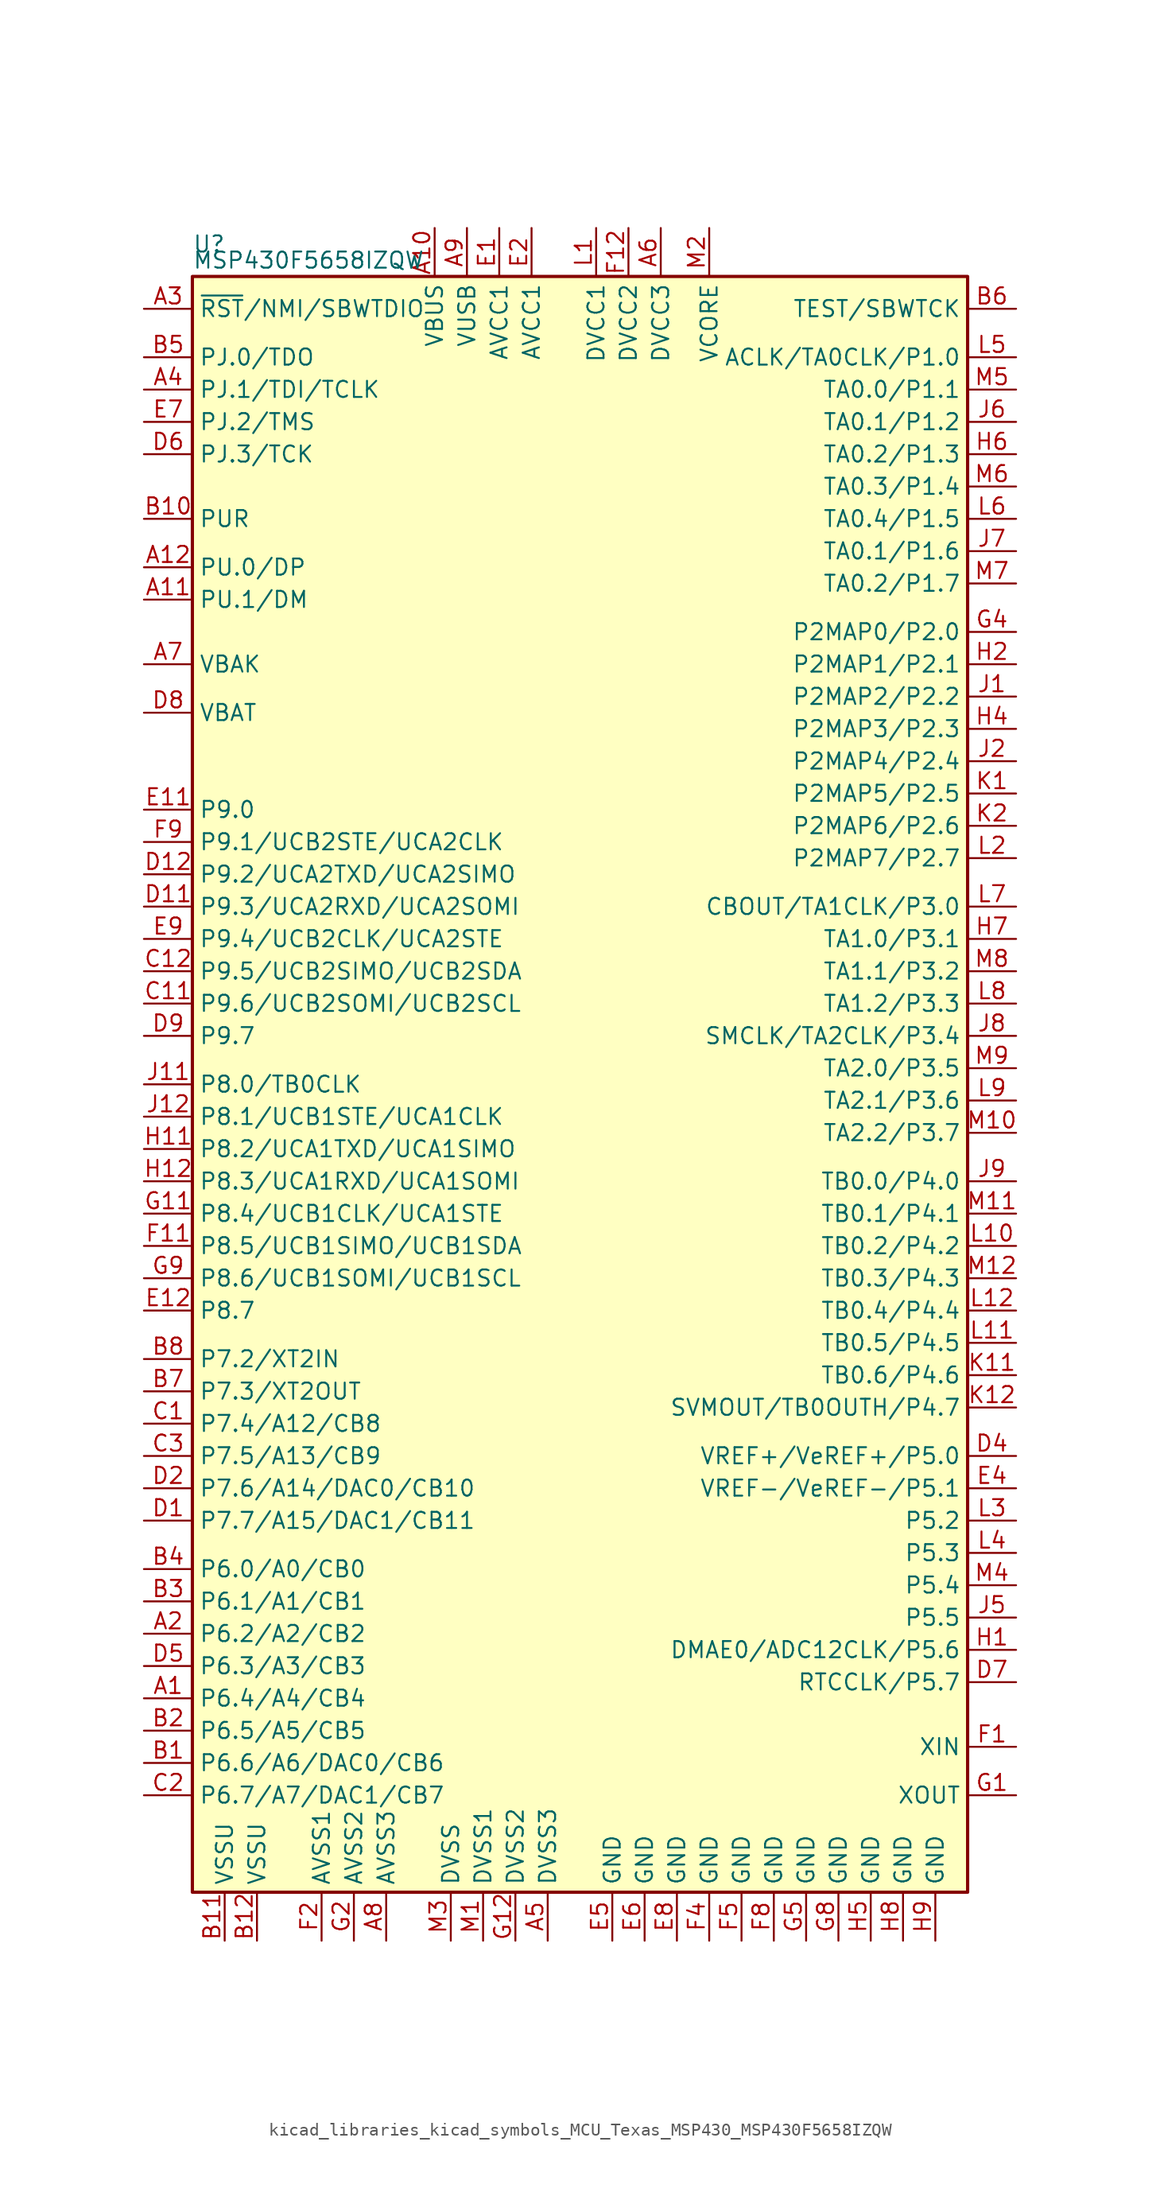
<source format=kicad_sym>
(kicad_symbol_lib
  (version 20220914)
  (generator kicad_symbol_editor)
  (symbol "kicad_libraries_kicad_symbols_MCU_Texas_MSP430_MSP430F5658IZQW"
    (property "Reference" "U"
      (at -30.48 66.04 0)
      (effects (font (size 1.27 1.27)) (justify left)))
    (property "Value" "MSP430F5658IZQW"
      (at -30.48 64.77 0)
      (effects (font (size 1.27 1.27)) (justify left)))
    (symbol "kicad_libraries_kicad_symbols_MCU_Texas_MSP430_MSP430F5658IZQW_0_1"
      (rectangle (start -30.48 63.5) (end 30.48 -63.5) (stroke (width 0.254) (type default)) (fill (type background))))
    (symbol "kicad_libraries_kicad_symbols_MCU_Texas_MSP430_MSP430F5658IZQW_1_1"
      (pin bidirectional line (at -34.29 -48.26 0) (length 3.81) (name "P6.4/A4/CB4" (effects (font (size 1.27 1.27)))) (number "A1" (effects (font (size 1.27 1.27)))))
      (pin passive line (at -11.43 67.31 270) (length 3.81) (name "VBUS" (effects (font (size 1.27 1.27)))) (number "A10" (effects (font (size 1.27 1.27)))))
      (pin bidirectional line (at -34.29 38.1 0) (length 3.81) (name "PU.1/DM" (effects (font (size 1.27 1.27)))) (number "A11" (effects (font (size 1.27 1.27)))))
      (pin bidirectional line (at -34.29 40.64 0) (length 3.81) (name "PU.0/DP" (effects (font (size 1.27 1.27)))) (number "A12" (effects (font (size 1.27 1.27)))))
      (pin bidirectional line (at -34.29 -43.18 0) (length 3.81) (name "P6.2/A2/CB2" (effects (font (size 1.27 1.27)))) (number "A2" (effects (font (size 1.27 1.27)))))
      (pin input line (at -34.29 60.96 0) (length 3.81) (name "~{RST}/NMI/SBWTDIO" (effects (font (size 1.27 1.27)))) (number "A3" (effects (font (size 1.27 1.27)))))
      (pin bidirectional line (at -34.29 54.61 0) (length 3.81) (name "PJ.1/TDI/TCLK" (effects (font (size 1.27 1.27)))) (number "A4" (effects (font (size 1.27 1.27)))))
      (pin power_in line (at -2.54 -67.31 90) (length 3.81) (name "DVSS3" (effects (font (size 1.27 1.27)))) (number "A5" (effects (font (size 1.27 1.27)))))
      (pin power_in line (at 6.35 67.31 270) (length 3.81) (name "DVCC3" (effects (font (size 1.27 1.27)))) (number "A6" (effects (font (size 1.27 1.27)))))
      (pin passive line (at -34.29 33.02 0) (length 3.81) (name "VBAK" (effects (font (size 1.27 1.27)))) (number "A7" (effects (font (size 1.27 1.27)))))
      (pin power_in line (at -15.24 -67.31 90) (length 3.81) (name "AVSS3" (effects (font (size 1.27 1.27)))) (number "A8" (effects (font (size 1.27 1.27)))))
      (pin passive line (at -8.89 67.31 270) (length 3.81) (name "VUSB" (effects (font (size 1.27 1.27)))) (number "A9" (effects (font (size 1.27 1.27)))))
      (pin bidirectional line (at -34.29 -53.34 0) (length 3.81) (name "P6.6/A6/DAC0/CB6" (effects (font (size 1.27 1.27)))) (number "B1" (effects (font (size 1.27 1.27)))))
      (pin bidirectional line (at -34.29 44.45 0) (length 3.81) (name "PUR" (effects (font (size 1.27 1.27)))) (number "B10" (effects (font (size 1.27 1.27)))))
      (pin power_in line (at -27.94 -67.31 90) (length 3.81) (name "VSSU" (effects (font (size 1.27 1.27)))) (number "B11" (effects (font (size 1.27 1.27)))))
      (pin power_in line (at -25.4 -67.31 90) (length 3.81) (name "VSSU" (effects (font (size 1.27 1.27)))) (number "B12" (effects (font (size 1.27 1.27)))))
      (pin bidirectional line (at -34.29 -50.8 0) (length 3.81) (name "P6.5/A5/CB5" (effects (font (size 1.27 1.27)))) (number "B2" (effects (font (size 1.27 1.27)))))
      (pin bidirectional line (at -34.29 -40.64 0) (length 3.81) (name "P6.1/A1/CB1" (effects (font (size 1.27 1.27)))) (number "B3" (effects (font (size 1.27 1.27)))))
      (pin bidirectional line (at -34.29 -38.1 0) (length 3.81) (name "P6.0/A0/CB0" (effects (font (size 1.27 1.27)))) (number "B4" (effects (font (size 1.27 1.27)))))
      (pin bidirectional line (at -34.29 57.15 0) (length 3.81) (name "PJ.0/TDO" (effects (font (size 1.27 1.27)))) (number "B5" (effects (font (size 1.27 1.27)))))
      (pin input line (at 34.29 60.96 180) (length 3.81) (name "TEST/SBWTCK" (effects (font (size 1.27 1.27)))) (number "B6" (effects (font (size 1.27 1.27)))))
      (pin bidirectional line (at -34.29 -24.13 0) (length 3.81) (name "P7.3/XT2OUT" (effects (font (size 1.27 1.27)))) (number "B7" (effects (font (size 1.27 1.27)))))
      (pin bidirectional line (at -34.29 -21.59 0) (length 3.81) (name "P7.2/XT2IN" (effects (font (size 1.27 1.27)))) (number "B8" (effects (font (size 1.27 1.27)))))
      (pin bidirectional line (at -34.29 -26.67 0) (length 3.81) (name "P7.4/A12/CB8" (effects (font (size 1.27 1.27)))) (number "C1" (effects (font (size 1.27 1.27)))))
      (pin bidirectional line (at -34.29 6.35 0) (length 3.81) (name "P9.6/UCB2SOMI/UCB2SCL" (effects (font (size 1.27 1.27)))) (number "C11" (effects (font (size 1.27 1.27)))))
      (pin bidirectional line (at -34.29 8.89 0) (length 3.81) (name "P9.5/UCB2SIMO/UCB2SDA" (effects (font (size 1.27 1.27)))) (number "C12" (effects (font (size 1.27 1.27)))))
      (pin bidirectional line (at -34.29 -55.88 0) (length 3.81) (name "P6.7/A7/DAC1/CB7" (effects (font (size 1.27 1.27)))) (number "C2" (effects (font (size 1.27 1.27)))))
      (pin bidirectional line (at -34.29 -29.21 0) (length 3.81) (name "P7.5/A13/CB9" (effects (font (size 1.27 1.27)))) (number "C3" (effects (font (size 1.27 1.27)))))
      (pin bidirectional line (at -34.29 -34.29 0) (length 3.81) (name "P7.7/A15/DAC1/CB11" (effects (font (size 1.27 1.27)))) (number "D1" (effects (font (size 1.27 1.27)))))
      (pin bidirectional line (at -34.29 13.97 0) (length 3.81) (name "P9.3/UCA2RXD/UCA2SOMI" (effects (font (size 1.27 1.27)))) (number "D11" (effects (font (size 1.27 1.27)))))
      (pin bidirectional line (at -34.29 16.51 0) (length 3.81) (name "P9.2/UCA2TXD/UCA2SIMO" (effects (font (size 1.27 1.27)))) (number "D12" (effects (font (size 1.27 1.27)))))
      (pin bidirectional line (at -34.29 -31.75 0) (length 3.81) (name "P7.6/A14/DAC0/CB10" (effects (font (size 1.27 1.27)))) (number "D2" (effects (font (size 1.27 1.27)))))
      (pin bidirectional line (at 34.29 -29.21 180) (length 3.81) (name "VREF+/VeREF+/P5.0" (effects (font (size 1.27 1.27)))) (number "D4" (effects (font (size 1.27 1.27)))))
      (pin bidirectional line (at -34.29 -45.72 0) (length 3.81) (name "P6.3/A3/CB3" (effects (font (size 1.27 1.27)))) (number "D5" (effects (font (size 1.27 1.27)))))
      (pin bidirectional line (at -34.29 49.53 0) (length 3.81) (name "PJ.3/TCK" (effects (font (size 1.27 1.27)))) (number "D6" (effects (font (size 1.27 1.27)))))
      (pin bidirectional line (at 34.29 -46.99 180) (length 3.81) (name "RTCCLK/P5.7" (effects (font (size 1.27 1.27)))) (number "D7" (effects (font (size 1.27 1.27)))))
      (pin passive line (at -34.29 29.21 0) (length 3.81) (name "VBAT" (effects (font (size 1.27 1.27)))) (number "D8" (effects (font (size 1.27 1.27)))))
      (pin bidirectional line (at -34.29 3.81 0) (length 3.81) (name "P9.7" (effects (font (size 1.27 1.27)))) (number "D9" (effects (font (size 1.27 1.27)))))
      (pin power_in line (at -6.35 67.31 270) (length 3.81) (name "AVCC1" (effects (font (size 1.27 1.27)))) (number "E1" (effects (font (size 1.27 1.27)))))
      (pin bidirectional line (at -34.29 21.59 0) (length 3.81) (name "P9.0" (effects (font (size 1.27 1.27)))) (number "E11" (effects (font (size 1.27 1.27)))))
      (pin bidirectional line (at -34.29 -17.78 0) (length 3.81) (name "P8.7" (effects (font (size 1.27 1.27)))) (number "E12" (effects (font (size 1.27 1.27)))))
      (pin power_in line (at -3.81 67.31 270) (length 3.81) (name "AVCC1" (effects (font (size 1.27 1.27)))) (number "E2" (effects (font (size 1.27 1.27)))))
      (pin bidirectional line (at 34.29 -31.75 180) (length 3.81) (name "VREF-/VeREF-/P5.1" (effects (font (size 1.27 1.27)))) (number "E4" (effects (font (size 1.27 1.27)))))
      (pin power_in line (at 2.54 -67.31 90) (length 3.81) (name "GND" (effects (font (size 1.27 1.27)))) (number "E5" (effects (font (size 1.27 1.27)))))
      (pin power_in line (at 5.08 -67.31 90) (length 3.81) (name "GND" (effects (font (size 1.27 1.27)))) (number "E6" (effects (font (size 1.27 1.27)))))
      (pin bidirectional line (at -34.29 52.07 0) (length 3.81) (name "PJ.2/TMS" (effects (font (size 1.27 1.27)))) (number "E7" (effects (font (size 1.27 1.27)))))
      (pin power_in line (at 7.62 -67.31 90) (length 3.81) (name "GND" (effects (font (size 1.27 1.27)))) (number "E8" (effects (font (size 1.27 1.27)))))
      (pin bidirectional line (at -34.29 11.43 0) (length 3.81) (name "P9.4/UCB2CLK/UCA2STE" (effects (font (size 1.27 1.27)))) (number "E9" (effects (font (size 1.27 1.27)))))
      (pin input line (at 34.29 -52.07 180) (length 3.81) (name "XIN" (effects (font (size 1.27 1.27)))) (number "F1" (effects (font (size 1.27 1.27)))))
      (pin bidirectional line (at -34.29 -12.7 0) (length 3.81) (name "P8.5/UCB1SIMO/UCB1SDA" (effects (font (size 1.27 1.27)))) (number "F11" (effects (font (size 1.27 1.27)))))
      (pin power_in line (at 3.81 67.31 270) (length 3.81) (name "DVCC2" (effects (font (size 1.27 1.27)))) (number "F12" (effects (font (size 1.27 1.27)))))
      (pin power_in line (at -20.32 -67.31 90) (length 3.81) (name "AVSS1" (effects (font (size 1.27 1.27)))) (number "F2" (effects (font (size 1.27 1.27)))))
      (pin power_in line (at 10.16 -67.31 90) (length 3.81) (name "GND" (effects (font (size 1.27 1.27)))) (number "F4" (effects (font (size 1.27 1.27)))))
      (pin power_in line (at 12.7 -67.31 90) (length 3.81) (name "GND" (effects (font (size 1.27 1.27)))) (number "F5" (effects (font (size 1.27 1.27)))))
      (pin power_in line (at 15.24 -67.31 90) (length 3.81) (name "GND" (effects (font (size 1.27 1.27)))) (number "F8" (effects (font (size 1.27 1.27)))))
      (pin bidirectional line (at -34.29 19.05 0) (length 3.81) (name "P9.1/UCB2STE/UCA2CLK" (effects (font (size 1.27 1.27)))) (number "F9" (effects (font (size 1.27 1.27)))))
      (pin output line (at 34.29 -55.88 180) (length 3.81) (name "XOUT" (effects (font (size 1.27 1.27)))) (number "G1" (effects (font (size 1.27 1.27)))))
      (pin bidirectional line (at -34.29 -10.16 0) (length 3.81) (name "P8.4/UCB1CLK/UCA1STE" (effects (font (size 1.27 1.27)))) (number "G11" (effects (font (size 1.27 1.27)))))
      (pin power_in line (at -5.08 -67.31 90) (length 3.81) (name "DVSS2" (effects (font (size 1.27 1.27)))) (number "G12" (effects (font (size 1.27 1.27)))))
      (pin power_in line (at -17.78 -67.31 90) (length 3.81) (name "AVSS2" (effects (font (size 1.27 1.27)))) (number "G2" (effects (font (size 1.27 1.27)))))
      (pin bidirectional line (at 34.29 35.56 180) (length 3.81) (name "P2MAP0/P2.0" (effects (font (size 1.27 1.27)))) (number "G4" (effects (font (size 1.27 1.27)))))
      (pin power_in line (at 17.78 -67.31 90) (length 3.81) (name "GND" (effects (font (size 1.27 1.27)))) (number "G5" (effects (font (size 1.27 1.27)))))
      (pin power_in line (at 20.32 -67.31 90) (length 3.81) (name "GND" (effects (font (size 1.27 1.27)))) (number "G8" (effects (font (size 1.27 1.27)))))
      (pin bidirectional line (at -34.29 -15.24 0) (length 3.81) (name "P8.6/UCB1SOMI/UCB1SCL" (effects (font (size 1.27 1.27)))) (number "G9" (effects (font (size 1.27 1.27)))))
      (pin bidirectional line (at 34.29 -44.45 180) (length 3.81) (name "DMAE0/ADC12CLK/P5.6" (effects (font (size 1.27 1.27)))) (number "H1" (effects (font (size 1.27 1.27)))))
      (pin bidirectional line (at -34.29 -5.08 0) (length 3.81) (name "P8.2/UCA1TXD/UCA1SIMO" (effects (font (size 1.27 1.27)))) (number "H11" (effects (font (size 1.27 1.27)))))
      (pin bidirectional line (at -34.29 -7.62 0) (length 3.81) (name "P8.3/UCA1RXD/UCA1SOMI" (effects (font (size 1.27 1.27)))) (number "H12" (effects (font (size 1.27 1.27)))))
      (pin bidirectional line (at 34.29 33.02 180) (length 3.81) (name "P2MAP1/P2.1" (effects (font (size 1.27 1.27)))) (number "H2" (effects (font (size 1.27 1.27)))))
      (pin bidirectional line (at 34.29 27.94 180) (length 3.81) (name "P2MAP3/P2.3" (effects (font (size 1.27 1.27)))) (number "H4" (effects (font (size 1.27 1.27)))))
      (pin power_in line (at 22.86 -67.31 90) (length 3.81) (name "GND" (effects (font (size 1.27 1.27)))) (number "H5" (effects (font (size 1.27 1.27)))))
      (pin bidirectional line (at 34.29 49.53 180) (length 3.81) (name "TA0.2/P1.3" (effects (font (size 1.27 1.27)))) (number "H6" (effects (font (size 1.27 1.27)))))
      (pin bidirectional line (at 34.29 11.43 180) (length 3.81) (name "TA1.0/P3.1" (effects (font (size 1.27 1.27)))) (number "H7" (effects (font (size 1.27 1.27)))))
      (pin power_in line (at 25.4 -67.31 90) (length 3.81) (name "GND" (effects (font (size 1.27 1.27)))) (number "H8" (effects (font (size 1.27 1.27)))))
      (pin power_in line (at 27.94 -67.31 90) (length 3.81) (name "GND" (effects (font (size 1.27 1.27)))) (number "H9" (effects (font (size 1.27 1.27)))))
      (pin bidirectional line (at 34.29 30.48 180) (length 3.81) (name "P2MAP2/P2.2" (effects (font (size 1.27 1.27)))) (number "J1" (effects (font (size 1.27 1.27)))))
      (pin bidirectional line (at -34.29 0 0) (length 3.81) (name "P8.0/TB0CLK" (effects (font (size 1.27 1.27)))) (number "J11" (effects (font (size 1.27 1.27)))))
      (pin bidirectional line (at -34.29 -2.54 0) (length 3.81) (name "P8.1/UCB1STE/UCA1CLK" (effects (font (size 1.27 1.27)))) (number "J12" (effects (font (size 1.27 1.27)))))
      (pin bidirectional line (at 34.29 25.4 180) (length 3.81) (name "P2MAP4/P2.4" (effects (font (size 1.27 1.27)))) (number "J2" (effects (font (size 1.27 1.27)))))
      (pin bidirectional line (at 34.29 -41.91 180) (length 3.81) (name "P5.5" (effects (font (size 1.27 1.27)))) (number "J5" (effects (font (size 1.27 1.27)))))
      (pin bidirectional line (at 34.29 52.07 180) (length 3.81) (name "TA0.1/P1.2" (effects (font (size 1.27 1.27)))) (number "J6" (effects (font (size 1.27 1.27)))))
      (pin bidirectional line (at 34.29 41.91 180) (length 3.81) (name "TA0.1/P1.6" (effects (font (size 1.27 1.27)))) (number "J7" (effects (font (size 1.27 1.27)))))
      (pin bidirectional line (at 34.29 3.81 180) (length 3.81) (name "SMCLK/TA2CLK/P3.4" (effects (font (size 1.27 1.27)))) (number "J8" (effects (font (size 1.27 1.27)))))
      (pin bidirectional line (at 34.29 -7.62 180) (length 3.81) (name "TB0.0/P4.0" (effects (font (size 1.27 1.27)))) (number "J9" (effects (font (size 1.27 1.27)))))
      (pin bidirectional line (at 34.29 22.86 180) (length 3.81) (name "P2MAP5/P2.5" (effects (font (size 1.27 1.27)))) (number "K1" (effects (font (size 1.27 1.27)))))
      (pin bidirectional line (at 34.29 -22.86 180) (length 3.81) (name "TB0.6/P4.6" (effects (font (size 1.27 1.27)))) (number "K11" (effects (font (size 1.27 1.27)))))
      (pin bidirectional line (at 34.29 -25.4 180) (length 3.81) (name "SVMOUT/TB0OUTH/P4.7" (effects (font (size 1.27 1.27)))) (number "K12" (effects (font (size 1.27 1.27)))))
      (pin bidirectional line (at 34.29 20.32 180) (length 3.81) (name "P2MAP6/P2.6" (effects (font (size 1.27 1.27)))) (number "K2" (effects (font (size 1.27 1.27)))))
      (pin power_in line (at 1.27 67.31 270) (length 3.81) (name "DVCC1" (effects (font (size 1.27 1.27)))) (number "L1" (effects (font (size 1.27 1.27)))))
      (pin bidirectional line (at 34.29 -12.7 180) (length 3.81) (name "TB0.2/P4.2" (effects (font (size 1.27 1.27)))) (number "L10" (effects (font (size 1.27 1.27)))))
      (pin bidirectional line (at 34.29 -20.32 180) (length 3.81) (name "TB0.5/P4.5" (effects (font (size 1.27 1.27)))) (number "L11" (effects (font (size 1.27 1.27)))))
      (pin bidirectional line (at 34.29 -17.78 180) (length 3.81) (name "TB0.4/P4.4" (effects (font (size 1.27 1.27)))) (number "L12" (effects (font (size 1.27 1.27)))))
      (pin bidirectional line (at 34.29 17.78 180) (length 3.81) (name "P2MAP7/P2.7" (effects (font (size 1.27 1.27)))) (number "L2" (effects (font (size 1.27 1.27)))))
      (pin bidirectional line (at 34.29 -34.29 180) (length 3.81) (name "P5.2" (effects (font (size 1.27 1.27)))) (number "L3" (effects (font (size 1.27 1.27)))))
      (pin bidirectional line (at 34.29 -36.83 180) (length 3.81) (name "P5.3" (effects (font (size 1.27 1.27)))) (number "L4" (effects (font (size 1.27 1.27)))))
      (pin bidirectional line (at 34.29 57.15 180) (length 3.81) (name "ACLK/TA0CLK/P1.0" (effects (font (size 1.27 1.27)))) (number "L5" (effects (font (size 1.27 1.27)))))
      (pin bidirectional line (at 34.29 44.45 180) (length 3.81) (name "TA0.4/P1.5" (effects (font (size 1.27 1.27)))) (number "L6" (effects (font (size 1.27 1.27)))))
      (pin bidirectional line (at 34.29 13.97 180) (length 3.81) (name "CBOUT/TA1CLK/P3.0" (effects (font (size 1.27 1.27)))) (number "L7" (effects (font (size 1.27 1.27)))))
      (pin bidirectional line (at 34.29 6.35 180) (length 3.81) (name "TA1.2/P3.3" (effects (font (size 1.27 1.27)))) (number "L8" (effects (font (size 1.27 1.27)))))
      (pin bidirectional line (at 34.29 -1.27 180) (length 3.81) (name "TA2.1/P3.6" (effects (font (size 1.27 1.27)))) (number "L9" (effects (font (size 1.27 1.27)))))
      (pin power_in line (at -7.62 -67.31 90) (length 3.81) (name "DVSS1" (effects (font (size 1.27 1.27)))) (number "M1" (effects (font (size 1.27 1.27)))))
      (pin bidirectional line (at 34.29 -3.81 180) (length 3.81) (name "TA2.2/P3.7" (effects (font (size 1.27 1.27)))) (number "M10" (effects (font (size 1.27 1.27)))))
      (pin bidirectional line (at 34.29 -10.16 180) (length 3.81) (name "TB0.1/P4.1" (effects (font (size 1.27 1.27)))) (number "M11" (effects (font (size 1.27 1.27)))))
      (pin bidirectional line (at 34.29 -15.24 180) (length 3.81) (name "TB0.3/P4.3" (effects (font (size 1.27 1.27)))) (number "M12" (effects (font (size 1.27 1.27)))))
      (pin power_in line (at 10.16 67.31 270) (length 3.81) (name "VCORE" (effects (font (size 1.27 1.27)))) (number "M2" (effects (font (size 1.27 1.27)))))
      (pin power_in line (at -10.16 -67.31 90) (length 3.81) (name "DVSS" (effects (font (size 1.27 1.27)))) (number "M3" (effects (font (size 1.27 1.27)))))
      (pin bidirectional line (at 34.29 -39.37 180) (length 3.81) (name "P5.4" (effects (font (size 1.27 1.27)))) (number "M4" (effects (font (size 1.27 1.27)))))
      (pin bidirectional line (at 34.29 54.61 180) (length 3.81) (name "TA0.0/P1.1" (effects (font (size 1.27 1.27)))) (number "M5" (effects (font (size 1.27 1.27)))))
      (pin bidirectional line (at 34.29 46.99 180) (length 3.81) (name "TA0.3/P1.4" (effects (font (size 1.27 1.27)))) (number "M6" (effects (font (size 1.27 1.27)))))
      (pin bidirectional line (at 34.29 39.37 180) (length 3.81) (name "TA0.2/P1.7" (effects (font (size 1.27 1.27)))) (number "M7" (effects (font (size 1.27 1.27)))))
      (pin bidirectional line (at 34.29 8.89 180) (length 3.81) (name "TA1.1/P3.2" (effects (font (size 1.27 1.27)))) (number "M8" (effects (font (size 1.27 1.27)))))
      (pin bidirectional line (at 34.29 1.27 180) (length 3.81) (name "TA2.0/P3.5" (effects (font (size 1.27 1.27)))) (number "M9" (effects (font (size 1.27 1.27))))))))
</source>
